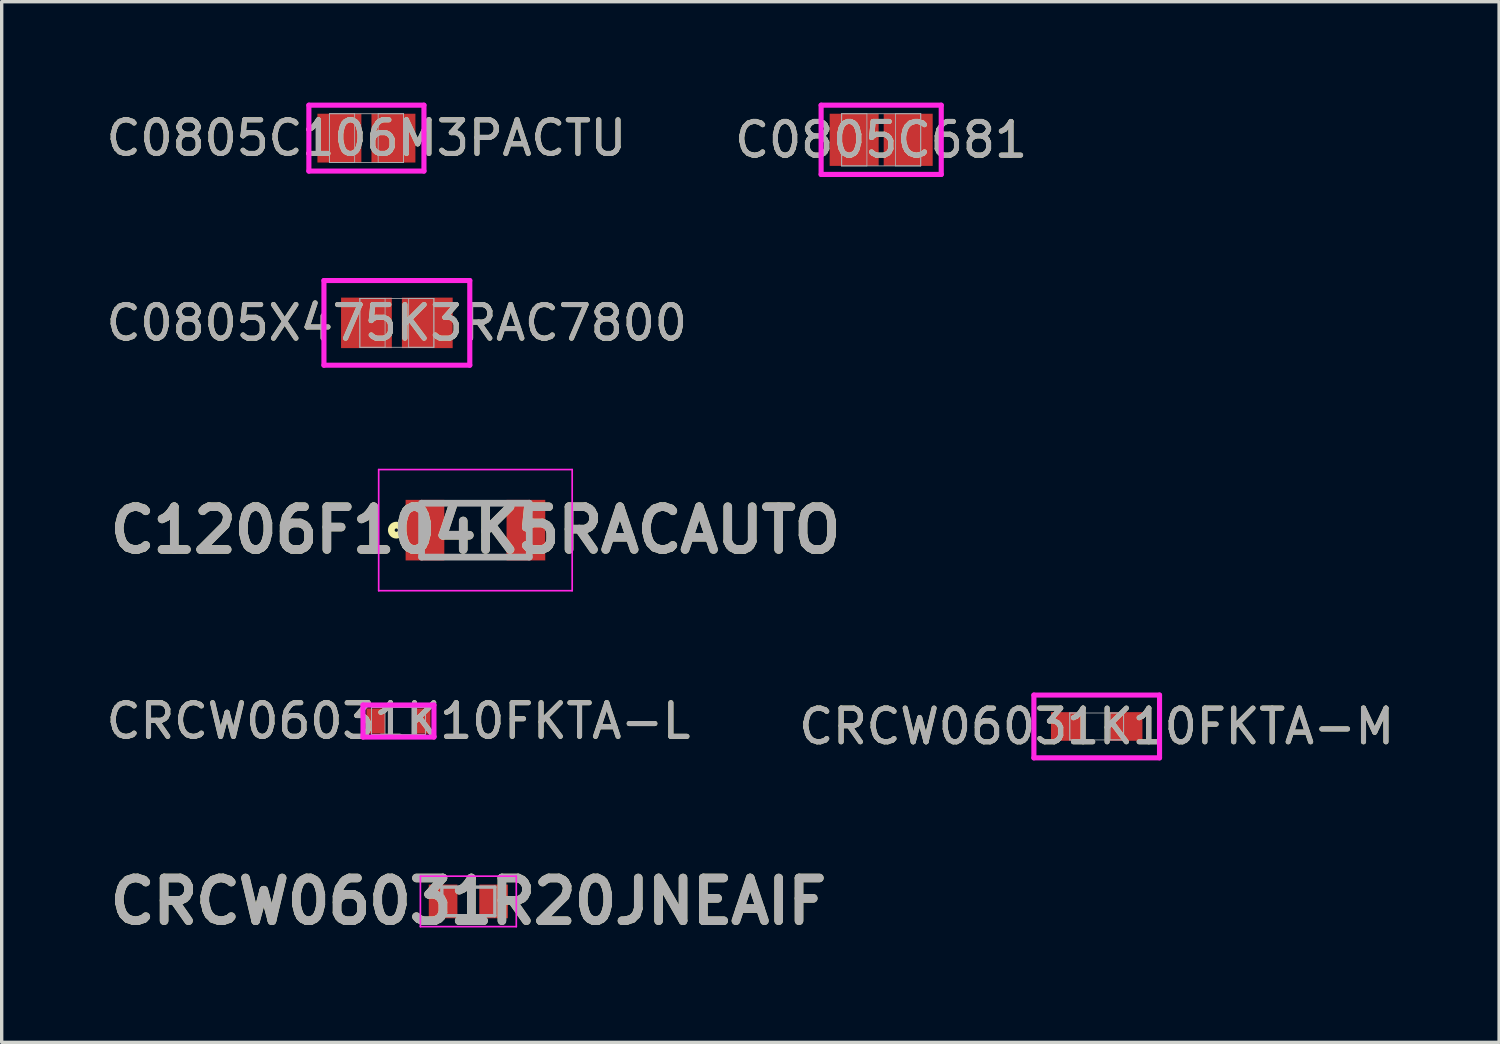
<source format=kicad_pcb>
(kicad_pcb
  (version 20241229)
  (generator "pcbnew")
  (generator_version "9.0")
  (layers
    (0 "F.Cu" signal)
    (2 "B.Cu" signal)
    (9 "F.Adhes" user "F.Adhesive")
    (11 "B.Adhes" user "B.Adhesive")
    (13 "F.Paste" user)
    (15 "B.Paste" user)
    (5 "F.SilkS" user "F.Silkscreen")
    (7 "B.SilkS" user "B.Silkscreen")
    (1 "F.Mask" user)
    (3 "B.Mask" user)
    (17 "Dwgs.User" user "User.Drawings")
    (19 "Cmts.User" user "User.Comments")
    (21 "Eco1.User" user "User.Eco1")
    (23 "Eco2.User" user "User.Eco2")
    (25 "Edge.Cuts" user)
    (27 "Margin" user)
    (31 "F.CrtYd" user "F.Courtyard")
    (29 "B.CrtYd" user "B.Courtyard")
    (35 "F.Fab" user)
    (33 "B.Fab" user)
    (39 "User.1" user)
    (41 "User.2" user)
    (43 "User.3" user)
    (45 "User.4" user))
  (footprint "CRCW06031R20JNEAIF"
    (layer "F.Cu")
    (at 10.868 23.738)
    (property "Reference" "CRCW06031R20JNEAIF" (at 0 0 0) (layer "F.SilkS") (effects (font (size 1.27 1.27) (thickness 0.254))))
    (attr smd)
    (fp_line (start -1.425 -0.75) (end 1.425 -0.75) (stroke (width 0.05) (type solid)) (layer "F.CrtYd"))
    (fp_line (start -1.425 0.75) (end -1.425 -0.75) (stroke (width 0.05) (type solid)) (layer "F.CrtYd"))
    (fp_line (start 1.425 -0.75) (end 1.425 0.75) (stroke (width 0.05) (type solid)) (layer "F.CrtYd"))
    (fp_line (start 1.425 0.75) (end -1.425 0.75) (stroke (width 0.05) (type solid)) (layer "F.CrtYd"))
    (fp_line (start -0.788 -0.425) (end 0.788 -0.425) (stroke (width 0.1) (type solid)) (layer "F.Fab"))
    (fp_line (start -0.788 0.425) (end -0.788 -0.425) (stroke (width 0.1) (type solid)) (layer "F.Fab"))
    (fp_line (start 0.788 -0.425) (end 0.788 0.425) (stroke (width 0.1) (type solid)) (layer "F.Fab"))
    (fp_line (start 0.788 0.425) (end -0.788 0.425) (stroke (width 0.1) (type solid)) (layer "F.Fab"))
    (fp_text user "${REFERENCE}" (at 0 0 0) (layer "F.Fab") (effects (font (size 1.27 1.27) (thickness 0.254))))
    (pad "1" smd rect (at -0.75 0) (size 0.85 1) (layers "F.Cu" "F.Mask" "F.Paste"))
    (pad "2" smd rect (at 0.75 0) (size 0.85 1) (layers "F.Cu" "F.Mask" "F.Paste")))
  (footprint "C0805C681"
    (layer "F.Cu")
    (at 23.137 1.105)
    (property "Reference" "C0805C681" (at 0 0 0) (unlocked yes) (layer "F.SilkS") (effects (font (size 1 1) (thickness 0.15))))
    (attr smd)
    (fp_line (start -1.785 -1.029) (end 1.785 -1.029) (stroke (width 0.152) (type solid)) (layer "F.CrtYd"))
    (fp_line (start -1.785 1.029) (end -1.785 -1.029) (stroke (width 0.152) (type solid)) (layer "F.CrtYd"))
    (fp_line (start 1.785 -1.029) (end 1.785 1.029) (stroke (width 0.152) (type solid)) (layer "F.CrtYd"))
    (fp_line (start 1.785 1.029) (end -1.785 1.029) (stroke (width 0.152) (type solid)) (layer "F.CrtYd"))
    (fp_line (start -1.175 -0.775) (end -1.175 0.775) (stroke (width 0.025) (type solid)) (layer "F.Fab"))
    (fp_line (start -1.175 -0.775) (end -1.175 0.775) (stroke (width 0.025) (type solid)) (layer "F.Fab"))
    (fp_line (start -1.175 0.775) (end -0.425 0.775) (stroke (width 0.025) (type solid)) (layer "F.Fab"))
    (fp_line (start -1.175 0.775) (end 1.175 0.775) (stroke (width 0.025) (type solid)) (layer "F.Fab"))
    (fp_line (start -0.425 -0.775) (end -1.175 -0.775) (stroke (width 0.025) (type solid)) (layer "F.Fab"))
    (fp_line (start -0.425 0.775) (end -0.425 -0.775) (stroke (width 0.025) (type solid)) (layer "F.Fab"))
    (fp_line (start 0.425 -0.775) (end 0.425 0.775) (stroke (width 0.025) (type solid)) (layer "F.Fab"))
    (fp_line (start 0.425 0.775) (end 1.175 0.775) (stroke (width 0.025) (type solid)) (layer "F.Fab"))
    (fp_line (start 1.175 -0.775) (end -1.175 -0.775) (stroke (width 0.025) (type solid)) (layer "F.Fab"))
    (fp_line (start 1.175 -0.775) (end 0.425 -0.775) (stroke (width 0.025) (type solid)) (layer "F.Fab"))
    (fp_line (start 1.175 0.775) (end 1.175 -0.775) (stroke (width 0.025) (type solid)) (layer "F.Fab"))
    (fp_line (start 1.175 0.775) (end 1.175 -0.775) (stroke (width 0.025) (type solid)) (layer "F.Fab"))
    (fp_text user "${REFERENCE}" (at 0 0 0) (unlocked yes) (layer "F.Fab") (effects (font (size 1 1) (thickness 0.15))))
    (pad "1" smd rect (at -0.803 0) (size 1.456 1.55) (layers "F.Cu" "F.Mask" "F.Paste"))
    (pad "2" smd rect (at 0.803 0) (size 1.456 1.55) (layers "F.Cu" "F.Mask" "F.Paste"))
    (zone (net_name "") (layer "F.Cu") (hatch full 0.508) (connect_pads) (min_thickness 0.254) (filled_areas_thickness no) (keepout (tracks not_allowed) (vias not_allowed) (pads allowed) (copperpour not_allowed) (footprints allowed)) (placement (enabled no)) (fill) (polygon (pts (xy 23.113 0.381) (xy 23.161 0.381) (xy 23.161 1.829) (xy 23.113 1.829)))))
  (footprint "C0805X475K3RAC7800"
    (layer "F.Cu")
    (at 8.744 6.545)
    (property "Reference" "C0805X475K3RAC7800" (at 0 0 0) (unlocked yes) (layer "F.SilkS") (effects (font (size 1 1) (thickness 0.15))))
    (attr smd)
    (fp_line (start -2.167 -1.258) (end 2.167 -1.258) (stroke (width 0.152) (type solid)) (layer "F.CrtYd"))
    (fp_line (start -2.167 1.258) (end -2.167 -1.258) (stroke (width 0.152) (type solid)) (layer "F.CrtYd"))
    (fp_line (start 2.167 -1.258) (end 2.167 1.258) (stroke (width 0.152) (type solid)) (layer "F.CrtYd"))
    (fp_line (start 2.167 1.258) (end -2.167 1.258) (stroke (width 0.152) (type solid)) (layer "F.CrtYd"))
    (fp_line (start -1.1 -0.725) (end -1.1 0.725) (stroke (width 0.025) (type solid)) (layer "F.Fab"))
    (fp_line (start -1.1 -0.725) (end -1.1 0.725) (stroke (width 0.025) (type solid)) (layer "F.Fab"))
    (fp_line (start -1.1 0.725) (end -0.35 0.725) (stroke (width 0.025) (type solid)) (layer "F.Fab"))
    (fp_line (start -1.1 0.725) (end 1.1 0.725) (stroke (width 0.025) (type solid)) (layer "F.Fab"))
    (fp_line (start -0.35 -0.725) (end -1.1 -0.725) (stroke (width 0.025) (type solid)) (layer "F.Fab"))
    (fp_line (start -0.35 0.725) (end -0.35 -0.725) (stroke (width 0.025) (type solid)) (layer "F.Fab"))
    (fp_line (start 0.35 -0.725) (end 0.35 0.725) (stroke (width 0.025) (type solid)) (layer "F.Fab"))
    (fp_line (start 0.35 0.725) (end 1.1 0.725) (stroke (width 0.025) (type solid)) (layer "F.Fab"))
    (fp_line (start 1.1 -0.725) (end -1.1 -0.725) (stroke (width 0.025) (type solid)) (layer "F.Fab"))
    (fp_line (start 1.1 -0.725) (end 0.35 -0.725) (stroke (width 0.025) (type solid)) (layer "F.Fab"))
    (fp_line (start 1.1 0.725) (end 1.1 -0.725) (stroke (width 0.025) (type solid)) (layer "F.Fab"))
    (fp_line (start 1.1 0.725) (end 1.1 -0.725) (stroke (width 0.025) (type solid)) (layer "F.Fab"))
    (fp_text user "${REFERENCE}" (at 0 0 0) (unlocked yes) (layer "F.Fab") (effects (font (size 1 1) (thickness 0.15))))
    (pad "1" smd rect (at -0.904 0) (size 1.509 1.501) (layers "F.Cu" "F.Mask" "F.Paste"))
    (pad "2" smd rect (at 0.904 0) (size 1.509 1.501) (layers "F.Cu" "F.Mask" "F.Paste"))
    (zone (net_name "") (layer "F.Cu") (hatch full 0.508) (connect_pads) (min_thickness 0.254) (filled_areas_thickness no) (keepout (tracks not_allowed) (vias not_allowed) (pads allowed) (copperpour not_allowed) (footprints allowed)) (placement (enabled no)) (fill) (polygon (pts (xy 8.645 5.871) (xy 8.843 5.871) (xy 8.843 7.219) (xy 8.645 7.219)))))
  (footprint "CRCW06031K10FKTA-M"
    (layer "F.Cu")
    (at 29.542 18.539)
    (property "Reference" "CRCW06031K10FKTA-M" (at 0 0 0) (unlocked yes) (layer "F.SilkS") (effects (font (size 1 1) (thickness 0.15))))
    (attr smd)
    (fp_line (start -1.867 -0.933) (end 1.867 -0.933) (stroke (width 0.152) (type solid)) (layer "F.CrtYd"))
    (fp_line (start -1.867 0.933) (end -1.867 -0.933) (stroke (width 0.152) (type solid)) (layer "F.CrtYd"))
    (fp_line (start 1.867 -0.933) (end 1.867 0.933) (stroke (width 0.152) (type solid)) (layer "F.CrtYd"))
    (fp_line (start 1.867 0.933) (end -1.867 0.933) (stroke (width 0.152) (type solid)) (layer "F.CrtYd"))
    (fp_line (start -0.8 -0.4) (end -0.8 0.4) (stroke (width 0.025) (type solid)) (layer "F.Fab"))
    (fp_line (start -0.8 -0.4) (end -0.8 0.4) (stroke (width 0.025) (type solid)) (layer "F.Fab"))
    (fp_line (start -0.8 0.4) (end -0.4 0.4) (stroke (width 0.025) (type solid)) (layer "F.Fab"))
    (fp_line (start -0.8 0.4) (end 0.8 0.4) (stroke (width 0.025) (type solid)) (layer "F.Fab"))
    (fp_line (start -0.4 -0.4) (end -0.8 -0.4) (stroke (width 0.025) (type solid)) (layer "F.Fab"))
    (fp_line (start -0.4 0.4) (end -0.4 -0.4) (stroke (width 0.025) (type solid)) (layer "F.Fab"))
    (fp_line (start 0.4 -0.4) (end 0.4 0.4) (stroke (width 0.025) (type solid)) (layer "F.Fab"))
    (fp_line (start 0.4 0.4) (end 0.8 0.4) (stroke (width 0.025) (type solid)) (layer "F.Fab"))
    (fp_line (start 0.8 -0.4) (end -0.8 -0.4) (stroke (width 0.025) (type solid)) (layer "F.Fab"))
    (fp_line (start 0.8 -0.4) (end 0.4 -0.4) (stroke (width 0.025) (type solid)) (layer "F.Fab"))
    (fp_line (start 0.8 0.4) (end 0.8 -0.4) (stroke (width 0.025) (type solid)) (layer "F.Fab"))
    (fp_line (start 0.8 0.4) (end 0.8 -0.4) (stroke (width 0.025) (type solid)) (layer "F.Fab"))
    (fp_text user "${REFERENCE}" (at 0 0 0) (unlocked yes) (layer "F.Fab") (effects (font (size 1 1) (thickness 0.15))))
    (pad "1" smd rect (at -0.879 0) (size 0.959 0.851) (layers "F.Cu" "F.Mask" "F.Paste"))
    (pad "2" smd rect (at 0.879 0) (size 0.959 0.851) (layers "F.Cu" "F.Mask" "F.Paste"))
    (zone (net_name "") (layer "F.Cu") (hatch full 0.508) (connect_pads) (min_thickness 0.254) (filled_areas_thickness no) (keepout (tracks not_allowed) (vias not_allowed) (pads allowed) (copperpour not_allowed) (footprints allowed)) (placement (enabled no)) (fill) (polygon (pts (xy 29.192 18.19) (xy 29.891 18.19) (xy 29.891 18.888) (xy 29.192 18.888)))))
  (footprint "C0805C106M3PACTU"
    (layer "F.Cu")
    (at 7.839 1.055)
    (property "Reference" "C0805C106M3PACTU" (at 0 0 0) (unlocked yes) (layer "F.SilkS") (effects (font (size 1 1) (thickness 0.15))))
    (attr smd)
    (fp_line (start -1.71 -0.979) (end 1.71 -0.979) (stroke (width 0.152) (type solid)) (layer "F.CrtYd"))
    (fp_line (start -1.71 0.979) (end -1.71 -0.979) (stroke (width 0.152) (type solid)) (layer "F.CrtYd"))
    (fp_line (start 1.71 -0.979) (end 1.71 0.979) (stroke (width 0.152) (type solid)) (layer "F.CrtYd"))
    (fp_line (start 1.71 0.979) (end -1.71 0.979) (stroke (width 0.152) (type solid)) (layer "F.CrtYd"))
    (fp_line (start -1.1 -0.725) (end -1.1 0.725) (stroke (width 0.025) (type solid)) (layer "F.Fab"))
    (fp_line (start -1.1 -0.725) (end -1.1 0.725) (stroke (width 0.025) (type solid)) (layer "F.Fab"))
    (fp_line (start -1.1 0.725) (end -0.35 0.725) (stroke (width 0.025) (type solid)) (layer "F.Fab"))
    (fp_line (start -1.1 0.725) (end 1.1 0.725) (stroke (width 0.025) (type solid)) (layer "F.Fab"))
    (fp_line (start -0.35 -0.725) (end -1.1 -0.725) (stroke (width 0.025) (type solid)) (layer "F.Fab"))
    (fp_line (start -0.35 0.725) (end -0.35 -0.725) (stroke (width 0.025) (type solid)) (layer "F.Fab"))
    (fp_line (start 0.35 -0.725) (end 0.35 0.725) (stroke (width 0.025) (type solid)) (layer "F.Fab"))
    (fp_line (start 0.35 0.725) (end 1.1 0.725) (stroke (width 0.025) (type solid)) (layer "F.Fab"))
    (fp_line (start 1.1 -0.725) (end -1.1 -0.725) (stroke (width 0.025) (type solid)) (layer "F.Fab"))
    (fp_line (start 1.1 -0.725) (end 0.35 -0.725) (stroke (width 0.025) (type solid)) (layer "F.Fab"))
    (fp_line (start 1.1 0.725) (end 1.1 -0.725) (stroke (width 0.025) (type solid)) (layer "F.Fab"))
    (fp_line (start 1.1 0.725) (end 1.1 -0.725) (stroke (width 0.025) (type solid)) (layer "F.Fab"))
    (fp_text user "${REFERENCE}" (at 0 0 0) (unlocked yes) (layer "F.Fab") (effects (font (size 1 1) (thickness 0.15))))
    (pad "1" smd rect (at -0.803 0) (size 1.306 1.45) (layers "F.Cu" "F.Mask" "F.Paste"))
    (pad "2" smd rect (at 0.803 0) (size 1.306 1.45) (layers "F.Cu" "F.Mask" "F.Paste"))
    (zone (net_name "") (layer "F.Cu") (hatch full 0.508) (connect_pads) (min_thickness 0.254) (filled_areas_thickness no) (keepout (tracks not_allowed) (vias not_allowed) (pads allowed) (copperpour not_allowed) (footprints allowed)) (placement (enabled no)) (fill) (polygon (pts (xy 7.74 0.381) (xy 7.938 0.381) (xy 7.938 1.729) (xy 7.74 1.729)))))
  (footprint "CRCW06031K10FKTA-L"
    (layer "F.Cu")
    (at 8.792 18.378)
    (property "Reference" "CRCW06031K10FKTA-L" (at 0 0 0) (unlocked yes) (layer "F.SilkS") (effects (font (size 1 1) (thickness 0.15))))
    (attr smd)
    (fp_line (start -1.054 -0.476) (end 1.054 -0.476) (stroke (width 0.152) (type solid)) (layer "F.CrtYd"))
    (fp_line (start -1.054 0.476) (end -1.054 -0.476) (stroke (width 0.152) (type solid)) (layer "F.CrtYd"))
    (fp_line (start 1.054 -0.476) (end 1.054 0.476) (stroke (width 0.152) (type solid)) (layer "F.CrtYd"))
    (fp_line (start 1.054 0.476) (end -1.054 0.476) (stroke (width 0.152) (type solid)) (layer "F.CrtYd"))
    (fp_line (start -0.8 -0.4) (end -0.8 0.4) (stroke (width 0.025) (type solid)) (layer "F.Fab"))
    (fp_line (start -0.8 -0.4) (end -0.8 0.4) (stroke (width 0.025) (type solid)) (layer "F.Fab"))
    (fp_line (start -0.8 0.4) (end -0.4 0.4) (stroke (width 0.025) (type solid)) (layer "F.Fab"))
    (fp_line (start -0.8 0.4) (end 0.8 0.4) (stroke (width 0.025) (type solid)) (layer "F.Fab"))
    (fp_line (start -0.4 -0.4) (end -0.8 -0.4) (stroke (width 0.025) (type solid)) (layer "F.Fab"))
    (fp_line (start -0.4 0.4) (end -0.4 -0.4) (stroke (width 0.025) (type solid)) (layer "F.Fab"))
    (fp_line (start 0.4 -0.4) (end 0.4 0.4) (stroke (width 0.025) (type solid)) (layer "F.Fab"))
    (fp_line (start 0.4 0.4) (end 0.8 0.4) (stroke (width 0.025) (type solid)) (layer "F.Fab"))
    (fp_line (start 0.8 -0.4) (end -0.8 -0.4) (stroke (width 0.025) (type solid)) (layer "F.Fab"))
    (fp_line (start 0.8 -0.4) (end 0.4 -0.4) (stroke (width 0.025) (type solid)) (layer "F.Fab"))
    (fp_line (start 0.8 0.4) (end 0.8 -0.4) (stroke (width 0.025) (type solid)) (layer "F.Fab"))
    (fp_line (start 0.8 0.4) (end 0.8 -0.4) (stroke (width 0.025) (type solid)) (layer "F.Fab"))
    (fp_text user "${REFERENCE}" (at 0 0 0) (unlocked yes) (layer "F.Fab") (effects (font (size 1 1) (thickness 0.15))))
    (pad "1" smd rect (at -0.676 0) (size 0.552 0.749) (layers "F.Cu" "F.Mask" "F.Paste"))
    (pad "2" smd rect (at 0.676 0) (size 0.552 0.749) (layers "F.Cu" "F.Mask" "F.Paste"))
    (zone (net_name "") (layer "F.Cu") (hatch full 0.508) (connect_pads) (min_thickness 0.254) (filled_areas_thickness no) (keepout (tracks not_allowed) (vias not_allowed) (pads allowed) (copperpour not_allowed) (footprints allowed)) (placement (enabled no)) (fill) (polygon (pts (xy 8.442 18.029) (xy 9.141 18.029) (xy 9.141 18.727) (xy 8.442 18.727)))))
  (footprint "C1206F104K5RACAUTO"
    (layer "F.Cu")
    (at 11.079 12.705)
    (property "Reference" "C1206F104K5RACAUTO" (at 0 0 0) (layer "F.SilkS") (effects (font (size 1.27 1.27) (thickness 0.254))))
    (attr smd)
    (fp_circle (center -2.35 0) (end -2.35 0.05) (stroke (width 0.2) (type solid)) (fill no) (layer "F.SilkS"))
    (fp_line (start -2.875 -1.8) (end 2.875 -1.8) (stroke (width 0.05) (type solid)) (layer "F.CrtYd"))
    (fp_line (start -2.875 1.8) (end -2.875 -1.8) (stroke (width 0.05) (type solid)) (layer "F.CrtYd"))
    (fp_line (start 2.875 -1.8) (end 2.875 1.8) (stroke (width 0.05) (type solid)) (layer "F.CrtYd"))
    (fp_line (start 2.875 1.8) (end -2.875 1.8) (stroke (width 0.05) (type solid)) (layer "F.CrtYd"))
    (fp_line (start -1.6 -0.8) (end 1.6 -0.8) (stroke (width 0.2) (type solid)) (layer "F.Fab"))
    (fp_line (start -1.6 0.8) (end -1.6 -0.8) (stroke (width 0.2) (type solid)) (layer "F.Fab"))
    (fp_line (start 1.6 -0.8) (end 1.6 0.8) (stroke (width 0.2) (type solid)) (layer "F.Fab"))
    (fp_line (start 1.6 0.8) (end -1.6 0.8) (stroke (width 0.2) (type solid)) (layer "F.Fab"))
    (fp_text user "${REFERENCE}" (at 0 0 0) (layer "F.Fab") (effects (font (size 1.27 1.27) (thickness 0.254))))
    (pad "1" smd rect (at -1.5 0) (size 1.15 1.8) (layers "F.Cu" "F.Mask" "F.Paste"))
    (pad "2" smd rect (at 1.5 0) (size 1.15 1.8) (layers "F.Cu" "F.Mask" "F.Paste")))
  (gr_rect
    (start -3 -3)
    (end 41.5 27.926)
    (stroke (width 0.1) (type default))
    (fill no)
    (layer "Edge.Cuts")))
</source>
